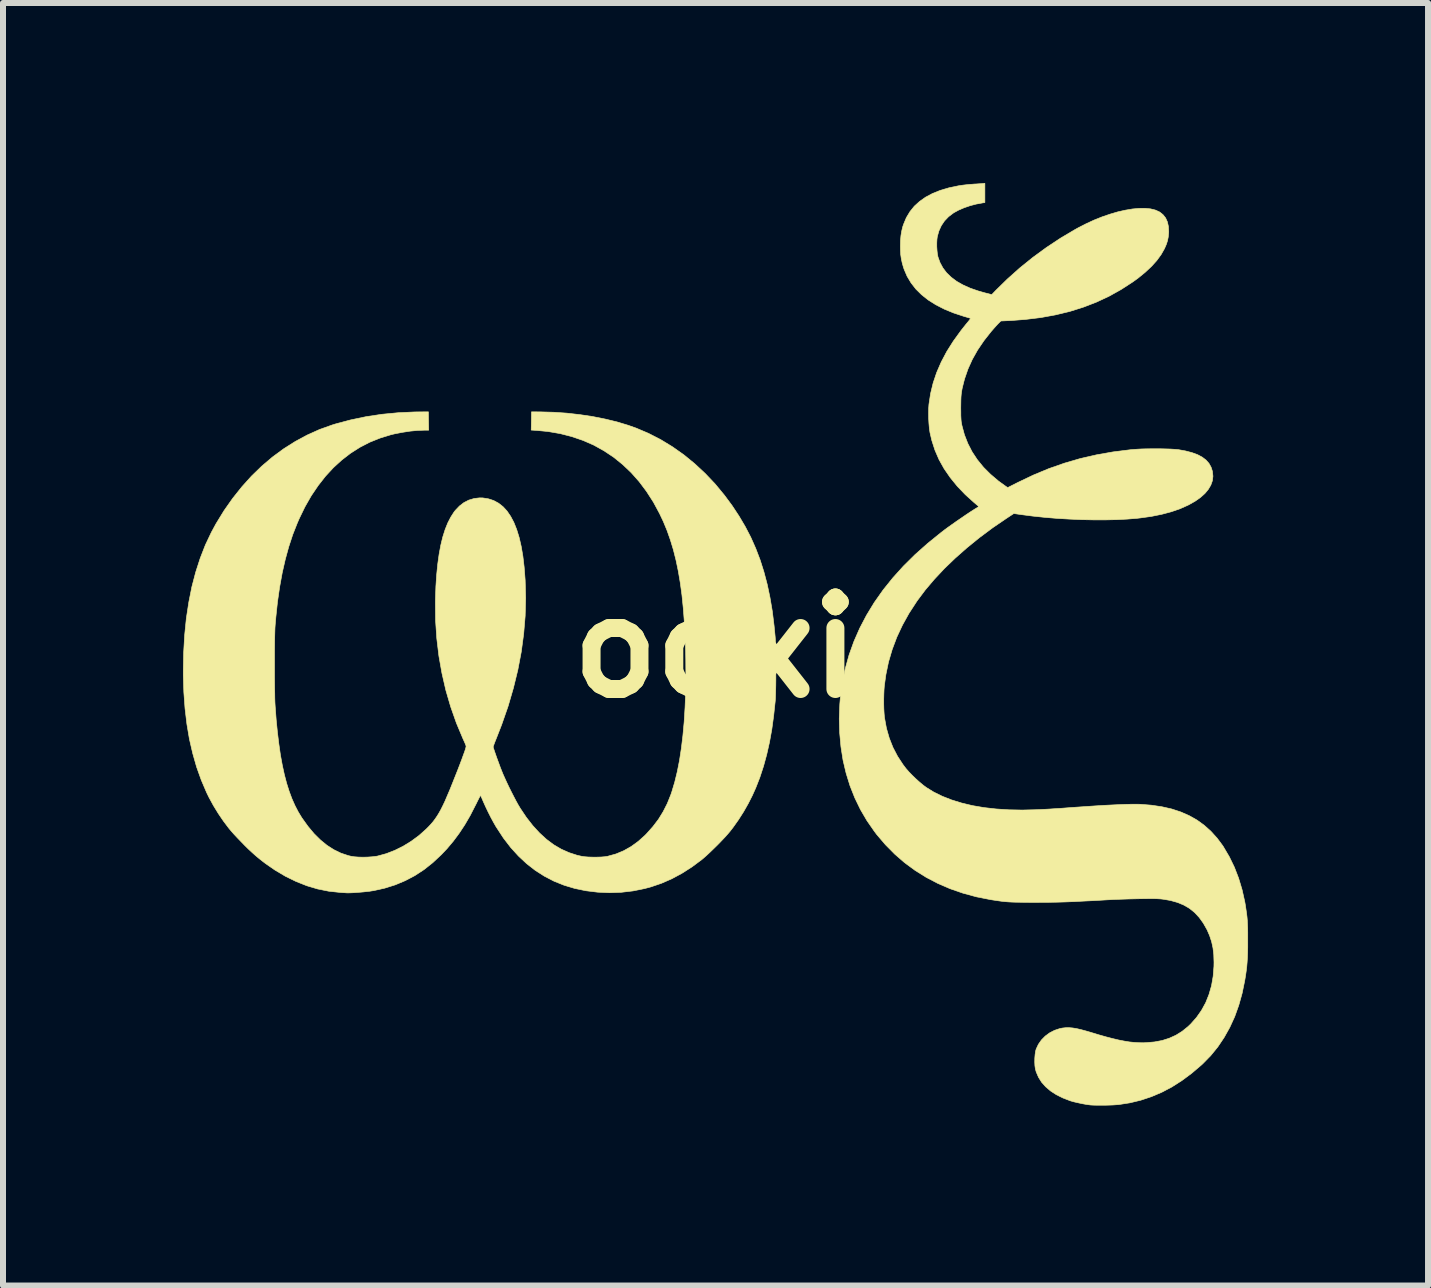
<source format=kicad_pcb>
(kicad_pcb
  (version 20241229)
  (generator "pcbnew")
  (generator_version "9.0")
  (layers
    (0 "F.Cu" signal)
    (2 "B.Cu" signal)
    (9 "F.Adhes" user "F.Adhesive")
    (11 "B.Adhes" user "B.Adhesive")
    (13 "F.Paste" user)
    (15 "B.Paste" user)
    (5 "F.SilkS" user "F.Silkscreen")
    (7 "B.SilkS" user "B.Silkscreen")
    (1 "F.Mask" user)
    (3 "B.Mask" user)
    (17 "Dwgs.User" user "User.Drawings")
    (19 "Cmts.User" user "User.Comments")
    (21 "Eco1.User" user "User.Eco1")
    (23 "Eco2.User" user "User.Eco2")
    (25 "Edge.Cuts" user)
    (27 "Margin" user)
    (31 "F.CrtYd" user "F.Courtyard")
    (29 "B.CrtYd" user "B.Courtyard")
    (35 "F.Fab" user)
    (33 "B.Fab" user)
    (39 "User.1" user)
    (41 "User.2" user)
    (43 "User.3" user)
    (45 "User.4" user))
  (footprint "ooxi"
    (layer "F.Cu")
    (at 8.878 7.744)
    (property "Reference" "ooxi" (at 0 0 0) (layer "F.SilkS") (effects (font (size 1.524 1.524) (thickness 0.3))))
    (attr through_hole)
    (fp_poly (pts (xy -2.921 -3.929) (xy -2.7 -3.923) (xy -2.48 -3.908) (xy -2.261 -3.883) (xy -2.048 -3.851) (xy -1.842 -3.81) (xy -1.644 -3.762) (xy -1.459 -3.706) (xy -1.329 -3.66) (xy -1.121 -3.572) (xy -0.918 -3.468) (xy -0.721 -3.348) (xy -0.531 -3.214) (xy -0.349 -3.065) (xy -0.175 -2.903) (xy -0.009 -2.728) (xy 0.147 -2.539) (xy 0.275 -2.366) (xy 0.389 -2.193) (xy 0.493 -2.017) (xy 0.586 -1.838) (xy 0.668 -1.653) (xy 0.741 -1.462) (xy 0.804 -1.263) (xy 0.859 -1.055) (xy 0.905 -0.837) (xy 0.944 -0.607) (xy 0.974 -0.363) (xy 0.992 -0.178) (xy 0.995 -0.132) (xy 0.998 -0.073) (xy 1 -0.001) (xy 1.001 0.08) (xy 1.002 0.169) (xy 1.003 0.262) (xy 1.003 0.357) (xy 1.003 0.452) (xy 1.003 0.545) (xy 1.002 0.633) (xy 1 0.714) (xy 0.998 0.785) (xy 0.996 0.843) (xy 0.993 0.888) (xy 0.993 0.889) (xy 0.967 1.132) (xy 0.936 1.361) (xy 0.897 1.577) (xy 0.851 1.781) (xy 0.798 1.975) (xy 0.737 2.161) (xy 0.668 2.338) (xy 0.611 2.465) (xy 0.544 2.597) (xy 0.467 2.733) (xy 0.381 2.868) (xy 0.291 2.995) (xy 0.24 3.061) (xy 0.201 3.107) (xy 0.152 3.162) (xy 0.095 3.222) (xy 0.034 3.285) (xy -0.029 3.347) (xy -0.091 3.407) (xy -0.15 3.462) (xy -0.202 3.508) (xy -0.233 3.534) (xy -0.397 3.656) (xy -0.563 3.762) (xy -0.732 3.853) (xy -0.904 3.928) (xy -1.08 3.988) (xy -1.185 4.016) (xy -1.377 4.055) (xy -1.573 4.078) (xy -1.771 4.085) (xy -1.968 4.076) (xy -2.164 4.052) (xy -2.351 4.013) (xy -2.527 3.96) (xy -2.694 3.893) (xy -2.854 3.81) (xy -3.006 3.713) (xy -3.15 3.601) (xy -3.286 3.474) (xy -3.415 3.332) (xy -3.536 3.175) (xy -3.649 3.002) (xy -3.658 2.989) (xy -3.701 2.914) (xy -3.747 2.829) (xy -3.793 2.738) (xy -3.836 2.648) (xy -3.874 2.563) (xy -3.883 2.542) (xy -3.897 2.509) (xy -3.909 2.483) (xy -3.917 2.467) (xy -3.92 2.464) (xy -3.925 2.472) (xy -3.936 2.492) (xy -3.952 2.523) (xy -3.972 2.563) (xy -3.995 2.61) (xy -4.006 2.631) (xy -4.092 2.799) (xy -4.181 2.952) (xy -4.274 3.093) (xy -4.372 3.225) (xy -4.478 3.351) (xy -4.575 3.453) (xy -4.715 3.584) (xy -4.861 3.7) (xy -5.014 3.8) (xy -5.174 3.884) (xy -5.341 3.954) (xy -5.516 4.009) (xy -5.699 4.05) (xy -5.733 4.055) (xy -5.77 4.061) (xy -5.818 4.066) (xy -5.872 4.072) (xy -5.93 4.077) (xy -5.987 4.081) (xy -6.041 4.085) (xy -6.088 4.087) (xy -6.124 4.088) (xy -6.143 4.088) (xy -6.157 4.087) (xy -6.185 4.085) (xy -6.222 4.083) (xy -6.262 4.08) (xy -6.448 4.06) (xy -6.632 4.023) (xy -6.814 3.969) (xy -6.993 3.898) (xy -7.171 3.811) (xy -7.346 3.707) (xy -7.498 3.602) (xy -7.544 3.567) (xy -7.595 3.527) (xy -7.645 3.486) (xy -7.68 3.456) (xy -7.73 3.411) (xy -7.788 3.357) (xy -7.849 3.297) (xy -7.911 3.233) (xy -7.972 3.17) (xy -8.029 3.109) (xy -8.078 3.053) (xy -8.114 3.01) (xy -8.203 2.892) (xy -8.29 2.764) (xy -8.372 2.63) (xy -8.445 2.496) (xy -8.484 2.416) (xy -8.573 2.208) (xy -8.651 1.99) (xy -8.716 1.762) (xy -8.771 1.524) (xy -8.813 1.275) (xy -8.844 1.014) (xy -8.864 0.742) (xy -8.873 0.458) (xy -8.873 0.385) (xy -8.867 0.081) (xy -8.85 -0.211) (xy -8.822 -0.49) (xy -8.781 -0.758) (xy -8.73 -1.014) (xy -8.666 -1.258) (xy -8.591 -1.49) (xy -8.505 -1.711) (xy -8.406 -1.92) (xy -8.327 -2.066) (xy -8.194 -2.283) (xy -8.05 -2.488) (xy -7.897 -2.68) (xy -7.736 -2.859) (xy -7.566 -3.024) (xy -7.387 -3.176) (xy -7.201 -3.313) (xy -7.008 -3.435) (xy -6.808 -3.543) (xy -6.601 -3.636) (xy -6.388 -3.712) (xy -6.333 -3.729) (xy -6.085 -3.795) (xy -5.828 -3.849) (xy -5.564 -3.889) (xy -5.293 -3.915) (xy -5.018 -3.928) (xy -4.94 -3.929) (xy -4.788 -3.93) (xy -4.786 -3.777) (xy -4.783 -3.624) (xy -4.853 -3.624) (xy -4.968 -3.62) (xy -5.093 -3.608) (xy -5.223 -3.588) (xy -5.352 -3.563) (xy -5.414 -3.548) (xy -5.593 -3.493) (xy -5.765 -3.424) (xy -5.928 -3.34) (xy -6.084 -3.241) (xy -6.232 -3.127) (xy -6.372 -2.999) (xy -6.503 -2.857) (xy -6.626 -2.7) (xy -6.741 -2.53) (xy -6.846 -2.346) (xy -6.942 -2.148) (xy -6.974 -2.074) (xy -7.049 -1.884) (xy -7.115 -1.683) (xy -7.173 -1.472) (xy -7.224 -1.249) (xy -7.267 -1.013) (xy -7.303 -0.764) (xy -7.331 -0.501) (xy -7.342 -0.373) (xy -7.345 -0.33) (xy -7.347 -0.272) (xy -7.349 -0.201) (xy -7.351 -0.12) (xy -7.352 -0.029) (xy -7.353 0.068) (xy -7.353 0.169) (xy -7.353 0.274) (xy -7.353 0.379) (xy -7.353 0.482) (xy -7.352 0.582) (xy -7.351 0.677) (xy -7.349 0.764) (xy -7.348 0.842) (xy -7.346 0.908) (xy -7.343 0.96) (xy -7.342 0.974) (xy -7.325 1.201) (xy -7.304 1.412) (xy -7.28 1.608) (xy -7.254 1.79) (xy -7.223 1.959) (xy -7.189 2.115) (xy -7.151 2.26) (xy -7.109 2.393) (xy -7.063 2.517) (xy -7.012 2.632) (xy -6.957 2.738) (xy -6.897 2.837) (xy -6.894 2.841) (xy -6.795 2.979) (xy -6.693 3.101) (xy -6.587 3.206) (xy -6.478 3.295) (xy -6.364 3.368) (xy -6.247 3.425) (xy -6.125 3.466) (xy -6.079 3.477) (xy -6.022 3.486) (xy -5.953 3.491) (xy -5.877 3.493) (xy -5.799 3.491) (xy -5.725 3.486) (xy -5.658 3.478) (xy -5.632 3.473) (xy -5.49 3.434) (xy -5.348 3.379) (xy -5.209 3.31) (xy -5.074 3.227) (xy -4.945 3.132) (xy -4.825 3.025) (xy -4.783 2.983) (xy -4.745 2.942) (xy -4.709 2.9) (xy -4.676 2.856) (xy -4.644 2.809) (xy -4.612 2.757) (xy -4.579 2.698) (xy -4.546 2.632) (xy -4.51 2.556) (xy -4.473 2.469) (xy -4.431 2.371) (xy -4.386 2.259) (xy -4.348 2.163) (xy -4.302 2.048) (xy -4.263 1.947) (xy -4.231 1.862) (xy -4.205 1.79) (xy -4.184 1.733) (xy -4.17 1.69) (xy -4.162 1.66) (xy -4.159 1.642) (xy -4.16 1.64) (xy -4.165 1.625) (xy -4.175 1.599) (xy -4.19 1.565) (xy -4.208 1.525) (xy -4.211 1.519) (xy -4.321 1.257) (xy -4.416 0.987) (xy -4.497 0.71) (xy -4.562 0.427) (xy -4.613 0.139) (xy -4.648 -0.153) (xy -4.668 -0.449) (xy -4.671 -0.747) (xy -4.67 -0.809) (xy -4.663 -1.02) (xy -4.65 -1.215) (xy -4.632 -1.394) (xy -4.609 -1.559) (xy -4.581 -1.709) (xy -4.548 -1.845) (xy -4.509 -1.968) (xy -4.465 -2.078) (xy -4.415 -2.175) (xy -4.36 -2.261) (xy -4.337 -2.29) (xy -4.27 -2.36) (xy -4.196 -2.417) (xy -4.114 -2.459) (xy -4.027 -2.485) (xy -3.936 -2.496) (xy -3.881 -2.495) (xy -3.787 -2.48) (xy -3.699 -2.451) (xy -3.618 -2.407) (xy -3.544 -2.349) (xy -3.477 -2.276) (xy -3.417 -2.188) (xy -3.363 -2.086) (xy -3.316 -1.968) (xy -3.275 -1.835) (xy -3.241 -1.687) (xy -3.213 -1.523) (xy -3.192 -1.344) (xy -3.177 -1.149) (xy -3.175 -1.122) (xy -3.167 -0.825) (xy -3.175 -0.528) (xy -3.2 -0.23) (xy -3.24 0.07) (xy -3.297 0.37) (xy -3.371 0.673) (xy -3.46 0.978) (xy -3.567 1.285) (xy -3.661 1.526) (xy -3.678 1.568) (xy -3.692 1.605) (xy -3.702 1.634) (xy -3.708 1.651) (xy -3.708 1.655) (xy -3.706 1.668) (xy -3.697 1.694) (xy -3.685 1.731) (xy -3.669 1.777) (xy -3.651 1.829) (xy -3.63 1.886) (xy -3.609 1.943) (xy -3.588 2) (xy -3.567 2.053) (xy -3.544 2.11) (xy -3.514 2.177) (xy -3.48 2.251) (xy -3.443 2.329) (xy -3.404 2.407) (xy -3.365 2.483) (xy -3.328 2.554) (xy -3.294 2.616) (xy -3.264 2.666) (xy -3.259 2.675) (xy -3.155 2.83) (xy -3.047 2.968) (xy -2.936 3.089) (xy -2.82 3.195) (xy -2.7 3.285) (xy -2.574 3.359) (xy -2.444 3.417) (xy -2.309 3.461) (xy -2.238 3.477) (xy -2.186 3.485) (xy -2.122 3.49) (xy -2.051 3.492) (xy -1.979 3.492) (xy -1.909 3.49) (xy -1.847 3.485) (xy -1.796 3.477) (xy -1.795 3.476) (xy -1.661 3.439) (xy -1.532 3.385) (xy -1.408 3.315) (xy -1.29 3.229) (xy -1.177 3.128) (xy -1.15 3.1) (xy -1.045 2.982) (xy -0.953 2.861) (xy -0.875 2.734) (xy -0.806 2.598) (xy -0.747 2.451) (xy -0.729 2.398) (xy -0.682 2.241) (xy -0.64 2.069) (xy -0.603 1.882) (xy -0.572 1.68) (xy -0.546 1.465) (xy -0.525 1.237) (xy -0.51 0.995) (xy -0.5 0.742) (xy -0.496 0.477) (xy -0.498 0.201) (xy -0.5 0.078) (xy -0.509 -0.183) (xy -0.522 -0.428) (xy -0.54 -0.66) (xy -0.562 -0.877) (xy -0.59 -1.082) (xy -0.623 -1.276) (xy -0.661 -1.458) (xy -0.705 -1.632) (xy -0.755 -1.796) (xy -0.81 -1.952) (xy -0.872 -2.102) (xy -0.935 -2.235) (xy -1.038 -2.426) (xy -1.152 -2.603) (xy -1.275 -2.767) (xy -1.408 -2.917) (xy -1.55 -3.052) (xy -1.701 -3.174) (xy -1.862 -3.281) (xy -2.031 -3.375) (xy -2.209 -3.453) (xy -2.396 -3.517) (xy -2.591 -3.567) (xy -2.794 -3.602) (xy -2.983 -3.62) (xy -3.074 -3.626) (xy -3.071 -3.778) (xy -3.069 -3.93) (xy -2.921 -3.929)) (stroke (width 0.01) (type solid)) (fill yes) (layer "F.SilkS"))
    (fp_poly (pts (xy 4.487 -7.418) (xy 4.447 -7.412) (xy 4.344 -7.393) (xy 4.241 -7.366) (xy 4.142 -7.332) (xy 4.051 -7.293) (xy 3.972 -7.25) (xy 3.964 -7.245) (xy 3.882 -7.183) (xy 3.814 -7.112) (xy 3.76 -7.032) (xy 3.72 -6.943) (xy 3.694 -6.85) (xy 3.688 -6.804) (xy 3.685 -6.747) (xy 3.685 -6.684) (xy 3.689 -6.622) (xy 3.695 -6.565) (xy 3.704 -6.518) (xy 3.704 -6.515) (xy 3.739 -6.418) (xy 3.787 -6.329) (xy 3.849 -6.247) (xy 3.926 -6.173) (xy 4.016 -6.105) (xy 4.122 -6.045) (xy 4.242 -5.991) (xy 4.378 -5.944) (xy 4.487 -5.913) (xy 4.602 -5.884) (xy 4.669 -5.954) (xy 4.862 -6.143) (xy 5.068 -6.327) (xy 5.286 -6.503) (xy 5.513 -6.669) (xy 5.747 -6.824) (xy 5.986 -6.966) (xy 6.042 -6.997) (xy 6.175 -7.065) (xy 6.309 -7.127) (xy 6.442 -7.18) (xy 6.574 -7.225) (xy 6.703 -7.263) (xy 6.827 -7.291) (xy 6.945 -7.311) (xy 7.055 -7.321) (xy 7.157 -7.322) (xy 7.248 -7.313) (xy 7.328 -7.293) (xy 7.334 -7.291) (xy 7.401 -7.26) (xy 7.456 -7.216) (xy 7.499 -7.162) (xy 7.529 -7.096) (xy 7.546 -7.02) (xy 7.551 -6.934) (xy 7.55 -6.91) (xy 7.543 -6.842) (xy 7.531 -6.782) (xy 7.512 -6.723) (xy 7.484 -6.658) (xy 7.481 -6.651) (xy 7.425 -6.552) (xy 7.353 -6.453) (xy 7.264 -6.354) (xy 7.159 -6.256) (xy 7.038 -6.157) (xy 6.949 -6.093) (xy 6.756 -5.968) (xy 6.555 -5.856) (xy 6.345 -5.758) (xy 6.127 -5.674) (xy 5.901 -5.603) (xy 5.664 -5.546) (xy 5.418 -5.501) (xy 5.162 -5.47) (xy 4.928 -5.452) (xy 4.754 -5.444) (xy 4.713 -5.404) (xy 4.692 -5.382) (xy 4.664 -5.351) (xy 4.632 -5.315) (xy 4.599 -5.277) (xy 4.595 -5.273) (xy 4.472 -5.117) (xy 4.366 -4.961) (xy 4.277 -4.803) (xy 4.205 -4.643) (xy 4.149 -4.481) (xy 4.134 -4.424) (xy 4.119 -4.364) (xy 4.107 -4.314) (xy 4.099 -4.268) (xy 4.093 -4.224) (xy 4.089 -4.177) (xy 4.087 -4.125) (xy 4.086 -4.063) (xy 4.085 -3.992) (xy 4.086 -3.925) (xy 4.086 -3.871) (xy 4.088 -3.829) (xy 4.09 -3.794) (xy 4.093 -3.764) (xy 4.098 -3.735) (xy 4.104 -3.705) (xy 4.105 -3.7) (xy 4.146 -3.548) (xy 4.203 -3.402) (xy 4.274 -3.264) (xy 4.361 -3.132) (xy 4.463 -3.007) (xy 4.581 -2.889) (xy 4.714 -2.776) (xy 4.828 -2.694) (xy 4.867 -2.667) (xy 5.039 -2.754) (xy 5.295 -2.876) (xy 5.552 -2.983) (xy 5.812 -3.074) (xy 6.076 -3.151) (xy 6.346 -3.213) (xy 6.623 -3.262) (xy 6.91 -3.298) (xy 6.968 -3.303) (xy 7.025 -3.307) (xy 7.094 -3.311) (xy 7.17 -3.313) (xy 7.252 -3.314) (xy 7.336 -3.314) (xy 7.419 -3.314) (xy 7.499 -3.312) (xy 7.572 -3.31) (xy 7.636 -3.306) (xy 7.688 -3.302) (xy 7.71 -3.3) (xy 7.832 -3.278) (xy 7.939 -3.25) (xy 8.032 -3.216) (xy 8.109 -3.175) (xy 8.172 -3.127) (xy 8.222 -3.071) (xy 8.257 -3.008) (xy 8.28 -2.937) (xy 8.28 -2.934) (xy 8.288 -2.857) (xy 8.279 -2.782) (xy 8.253 -2.709) (xy 8.211 -2.638) (xy 8.154 -2.569) (xy 8.08 -2.503) (xy 7.992 -2.441) (xy 7.888 -2.382) (xy 7.87 -2.373) (xy 7.738 -2.314) (xy 7.592 -2.264) (xy 7.434 -2.222) (xy 7.261 -2.187) (xy 7.073 -2.161) (xy 7.022 -2.155) (xy 6.86 -2.142) (xy 6.685 -2.133) (xy 6.498 -2.129) (xy 6.303 -2.129) (xy 6.102 -2.133) (xy 5.897 -2.142) (xy 5.691 -2.154) (xy 5.487 -2.171) (xy 5.287 -2.192) (xy 5.094 -2.217) (xy 5.052 -2.223) (xy 4.969 -2.235) (xy 4.849 -2.156) (xy 4.617 -1.998) (xy 4.397 -1.834) (xy 4.189 -1.665) (xy 3.994 -1.493) (xy 3.813 -1.319) (xy 3.646 -1.141) (xy 3.495 -0.963) (xy 3.36 -0.783) (xy 3.35 -0.768) (xy 3.223 -0.573) (xy 3.113 -0.375) (xy 3.019 -0.174) (xy 2.942 0.031) (xy 2.881 0.238) (xy 2.837 0.45) (xy 2.811 0.639) (xy 2.806 0.703) (xy 2.803 0.777) (xy 2.801 0.858) (xy 2.801 0.94) (xy 2.803 1.019) (xy 2.807 1.092) (xy 2.812 1.154) (xy 2.815 1.173) (xy 2.846 1.343) (xy 2.893 1.507) (xy 2.954 1.662) (xy 3.031 1.81) (xy 3.122 1.949) (xy 3.172 2.015) (xy 3.218 2.068) (xy 3.274 2.126) (xy 3.334 2.184) (xy 3.396 2.24) (xy 3.456 2.29) (xy 3.506 2.328) (xy 3.634 2.407) (xy 3.776 2.477) (xy 3.931 2.538) (xy 4.099 2.59) (xy 4.279 2.633) (xy 4.471 2.666) (xy 4.674 2.689) (xy 4.887 2.703) (xy 5.111 2.707) (xy 5.327 2.702) (xy 5.401 2.699) (xy 5.479 2.695) (xy 5.557 2.691) (xy 5.631 2.686) (xy 5.696 2.682) (xy 5.733 2.68) (xy 5.942 2.664) (xy 6.135 2.651) (xy 6.311 2.639) (xy 6.47 2.629) (xy 6.613 2.622) (xy 6.739 2.616) (xy 6.849 2.612) (xy 6.943 2.61) (xy 7.021 2.61) (xy 7.074 2.611) (xy 7.261 2.626) (xy 7.436 2.652) (xy 7.6 2.689) (xy 7.752 2.739) (xy 7.893 2.801) (xy 8.024 2.875) (xy 8.145 2.963) (xy 8.256 3.063) (xy 8.358 3.176) (xy 8.452 3.302) (xy 8.465 3.323) (xy 8.561 3.486) (xy 8.645 3.659) (xy 8.716 3.843) (xy 8.774 4.036) (xy 8.819 4.237) (xy 8.83 4.301) (xy 8.84 4.369) (xy 8.849 4.431) (xy 8.856 4.489) (xy 8.861 4.547) (xy 8.864 4.608) (xy 8.867 4.675) (xy 8.868 4.751) (xy 8.868 4.839) (xy 8.868 4.885) (xy 8.868 4.991) (xy 8.866 5.083) (xy 8.863 5.166) (xy 8.858 5.241) (xy 8.852 5.314) (xy 8.843 5.388) (xy 8.832 5.465) (xy 8.818 5.55) (xy 8.818 5.55) (xy 8.775 5.76) (xy 8.719 5.96) (xy 8.651 6.15) (xy 8.569 6.329) (xy 8.475 6.497) (xy 8.369 6.655) (xy 8.251 6.8) (xy 8.12 6.934) (xy 8.095 6.957) (xy 7.933 7.095) (xy 7.77 7.216) (xy 7.604 7.322) (xy 7.435 7.411) (xy 7.263 7.484) (xy 7.086 7.543) (xy 6.904 7.587) (xy 6.718 7.616) (xy 6.676 7.619) (xy 6.621 7.623) (xy 6.559 7.625) (xy 6.493 7.627) (xy 6.427 7.627) (xy 6.364 7.627) (xy 6.309 7.626) (xy 6.265 7.624) (xy 6.248 7.623) (xy 6.181 7.614) (xy 6.108 7.601) (xy 6.034 7.585) (xy 5.965 7.569) (xy 5.91 7.553) (xy 5.788 7.506) (xy 5.679 7.452) (xy 5.583 7.39) (xy 5.501 7.32) (xy 5.433 7.244) (xy 5.381 7.161) (xy 5.343 7.073) (xy 5.329 7.023) (xy 5.321 6.97) (xy 5.318 6.909) (xy 5.319 6.845) (xy 5.324 6.782) (xy 5.332 6.727) (xy 5.342 6.691) (xy 5.379 6.612) (xy 5.43 6.539) (xy 5.493 6.475) (xy 5.566 6.421) (xy 5.647 6.379) (xy 5.734 6.35) (xy 5.777 6.341) (xy 5.831 6.335) (xy 5.888 6.334) (xy 5.949 6.339) (xy 6.017 6.35) (xy 6.094 6.368) (xy 6.182 6.392) (xy 6.244 6.41) (xy 6.382 6.452) (xy 6.505 6.487) (xy 6.617 6.516) (xy 6.718 6.54) (xy 6.811 6.558) (xy 6.896 6.572) (xy 6.977 6.58) (xy 7.055 6.585) (xy 7.131 6.586) (xy 7.175 6.584) (xy 7.314 6.572) (xy 7.442 6.548) (xy 7.561 6.51) (xy 7.671 6.46) (xy 7.774 6.396) (xy 7.872 6.317) (xy 7.917 6.274) (xy 8.014 6.165) (xy 8.098 6.045) (xy 8.168 5.917) (xy 8.223 5.779) (xy 8.265 5.633) (xy 8.292 5.477) (xy 8.305 5.312) (xy 8.306 5.242) (xy 8.302 5.118) (xy 8.289 5.006) (xy 8.266 4.901) (xy 8.233 4.801) (xy 8.191 4.704) (xy 8.129 4.594) (xy 8.06 4.498) (xy 7.984 4.416) (xy 7.899 4.347) (xy 7.803 4.291) (xy 7.697 4.247) (xy 7.579 4.214) (xy 7.47 4.195) (xy 7.44 4.191) (xy 7.41 4.188) (xy 7.376 4.186) (xy 7.338 4.184) (xy 7.293 4.183) (xy 7.238 4.183) (xy 7.171 4.184) (xy 7.091 4.185) (xy 7.065 4.185) (xy 6.982 4.187) (xy 6.893 4.189) (xy 6.801 4.192) (xy 6.712 4.195) (xy 6.63 4.198) (xy 6.559 4.202) (xy 6.536 4.203) (xy 6.399 4.211) (xy 6.276 4.218) (xy 6.167 4.223) (xy 6.069 4.228) (xy 5.98 4.233) (xy 5.898 4.236) (xy 5.822 4.239) (xy 5.75 4.241) (xy 5.679 4.243) (xy 5.608 4.244) (xy 5.535 4.245) (xy 5.458 4.245) (xy 5.375 4.246) (xy 5.338 4.246) (xy 5.232 4.246) (xy 5.141 4.245) (xy 5.063 4.244) (xy 4.994 4.243) (xy 4.934 4.241) (xy 4.879 4.238) (xy 4.828 4.234) (xy 4.778 4.229) (xy 4.727 4.222) (xy 4.672 4.214) (xy 4.613 4.205) (xy 4.576 4.199) (xy 4.344 4.153) (xy 4.12 4.092) (xy 3.907 4.018) (xy 3.703 3.93) (xy 3.508 3.828) (xy 3.324 3.713) (xy 3.149 3.584) (xy 2.984 3.441) (xy 2.83 3.285) (xy 2.685 3.115) (xy 2.643 3.059) (xy 2.521 2.883) (xy 2.413 2.698) (xy 2.319 2.504) (xy 2.239 2.302) (xy 2.174 2.092) (xy 2.123 1.875) (xy 2.088 1.651) (xy 2.067 1.421) (xy 2.06 1.186) (xy 2.069 0.945) (xy 2.079 0.826) (xy 2.111 0.588) (xy 2.159 0.354) (xy 2.223 0.124) (xy 2.304 -0.102) (xy 2.401 -0.323) (xy 2.514 -0.539) (xy 2.643 -0.751) (xy 2.788 -0.957) (xy 2.794 -0.965) (xy 2.954 -1.164) (xy 3.13 -1.359) (xy 3.323 -1.55) (xy 3.532 -1.736) (xy 3.757 -1.918) (xy 3.822 -1.968) (xy 3.878 -2.009) (xy 3.943 -2.055) (xy 4.015 -2.106) (xy 4.09 -2.157) (xy 4.164 -2.208) (xy 4.233 -2.254) (xy 4.295 -2.294) (xy 4.325 -2.313) (xy 4.387 -2.351) (xy 4.312 -2.414) (xy 4.162 -2.549) (xy 4.028 -2.689) (xy 3.91 -2.834) (xy 3.808 -2.982) (xy 3.723 -3.134) (xy 3.655 -3.291) (xy 3.603 -3.452) (xy 3.572 -3.585) (xy 3.562 -3.653) (xy 3.555 -3.733) (xy 3.55 -3.818) (xy 3.549 -3.904) (xy 3.55 -3.985) (xy 3.555 -4.056) (xy 3.582 -4.234) (xy 3.625 -4.411) (xy 3.684 -4.586) (xy 3.76 -4.761) (xy 3.852 -4.935) (xy 3.962 -5.109) (xy 4.088 -5.283) (xy 4.144 -5.354) (xy 4.172 -5.389) (xy 4.198 -5.42) (xy 4.219 -5.446) (xy 4.232 -5.462) (xy 4.232 -5.462) (xy 4.244 -5.48) (xy 4.244 -5.489) (xy 4.24 -5.491) (xy 4.228 -5.495) (xy 4.203 -5.502) (xy 4.17 -5.512) (xy 4.132 -5.523) (xy 3.963 -5.579) (xy 3.808 -5.643) (xy 3.668 -5.715) (xy 3.543 -5.794) (xy 3.433 -5.881) (xy 3.337 -5.976) (xy 3.257 -6.079) (xy 3.191 -6.189) (xy 3.141 -6.306) (xy 3.13 -6.338) (xy 3.109 -6.412) (xy 3.094 -6.482) (xy 3.084 -6.552) (xy 3.08 -6.629) (xy 3.079 -6.693) (xy 3.081 -6.785) (xy 3.088 -6.866) (xy 3.1 -6.939) (xy 3.117 -7.011) (xy 3.132 -7.056) (xy 3.178 -7.166) (xy 3.238 -7.266) (xy 3.311 -7.357) (xy 3.399 -7.437) (xy 3.501 -7.509) (xy 3.616 -7.57) (xy 3.746 -7.622) (xy 3.889 -7.664) (xy 4.046 -7.697) (xy 4.119 -7.708) (xy 4.171 -7.714) (xy 4.229 -7.72) (xy 4.285 -7.724) (xy 4.305 -7.726) (xy 4.349 -7.728) (xy 4.391 -7.731) (xy 4.427 -7.733) (xy 4.443 -7.735) (xy 4.487 -7.739) (xy 4.487 -7.418)) (stroke (width 0.01) (type solid)) (fill yes) (layer "F.SilkS")))
  (gr_rect
    (start -3 -3)
    (end 20.751 18.376)
    (stroke (width 0.1) (type default))
    (fill no)
    (layer "Edge.Cuts")))
</source>
